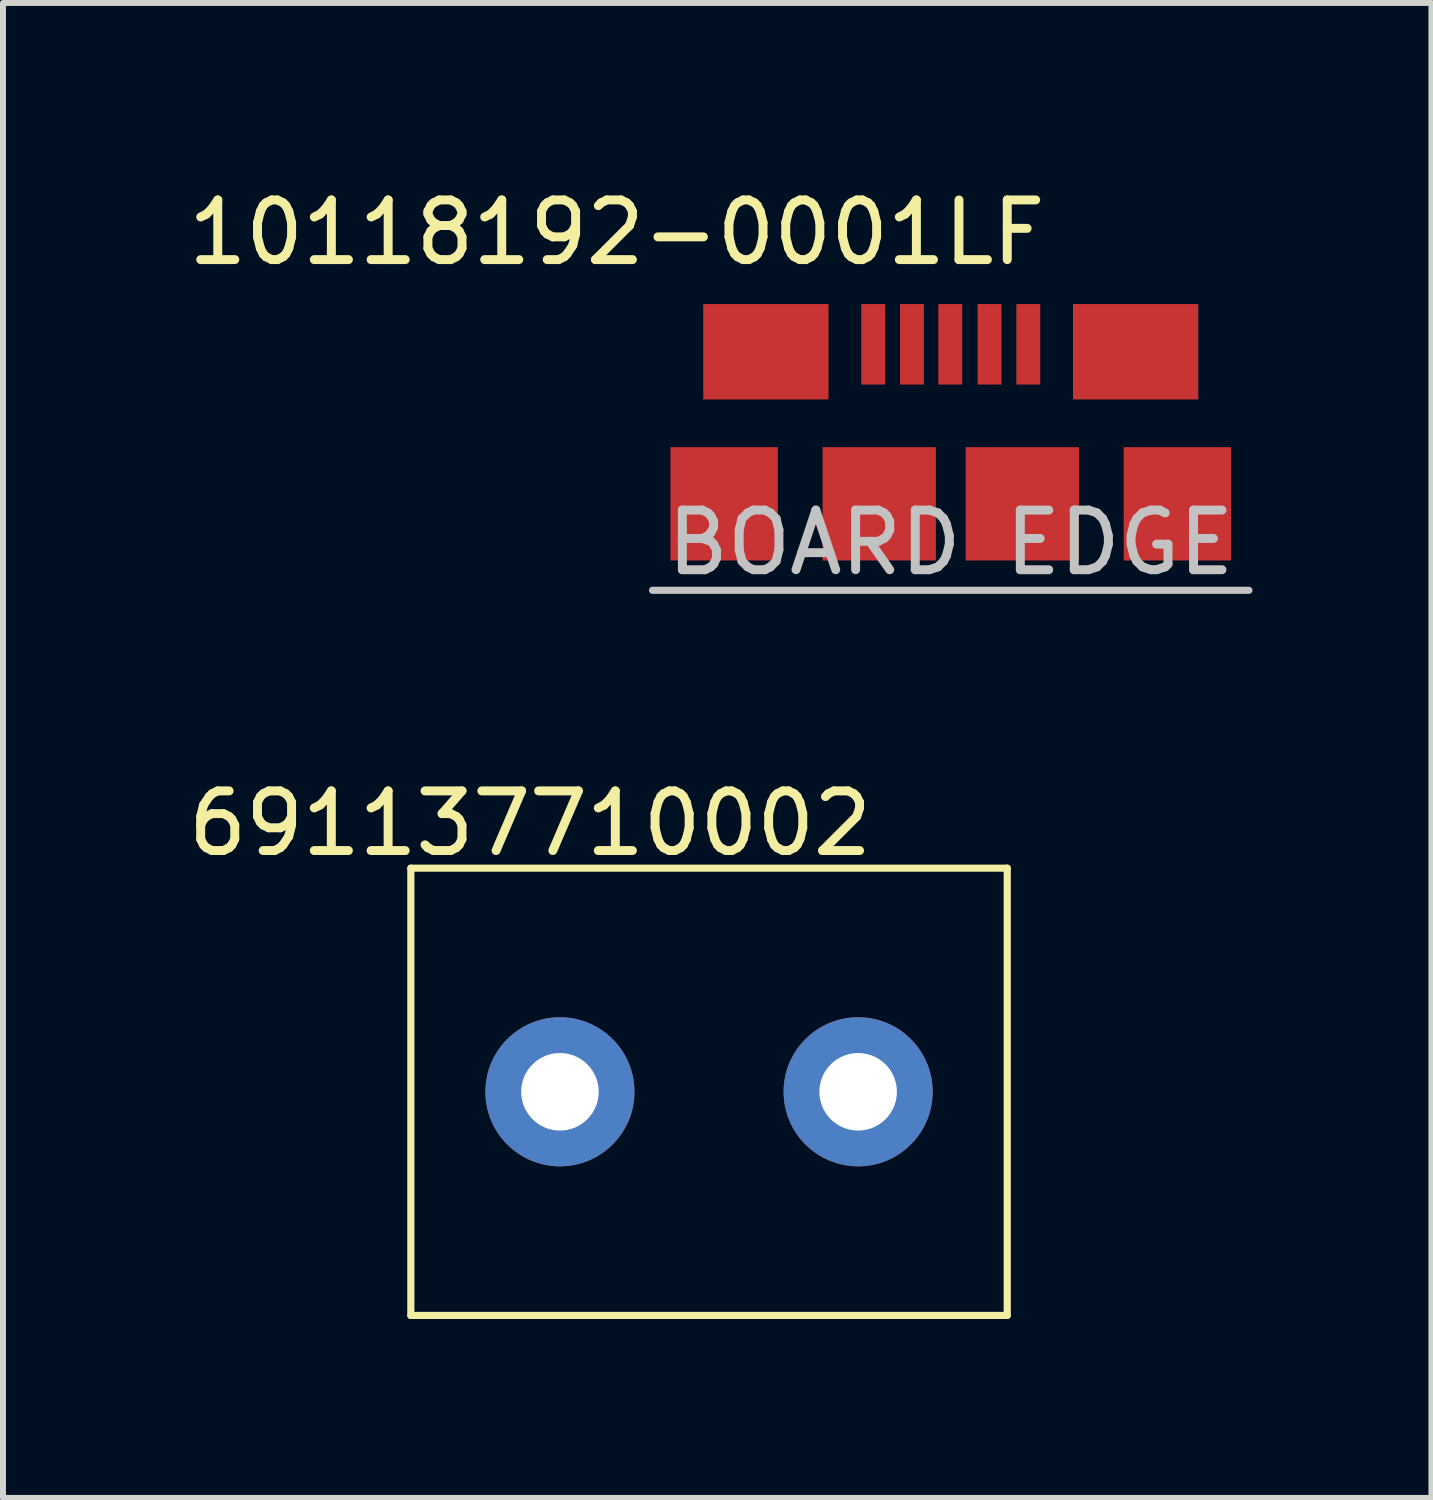
<source format=kicad_pcb>
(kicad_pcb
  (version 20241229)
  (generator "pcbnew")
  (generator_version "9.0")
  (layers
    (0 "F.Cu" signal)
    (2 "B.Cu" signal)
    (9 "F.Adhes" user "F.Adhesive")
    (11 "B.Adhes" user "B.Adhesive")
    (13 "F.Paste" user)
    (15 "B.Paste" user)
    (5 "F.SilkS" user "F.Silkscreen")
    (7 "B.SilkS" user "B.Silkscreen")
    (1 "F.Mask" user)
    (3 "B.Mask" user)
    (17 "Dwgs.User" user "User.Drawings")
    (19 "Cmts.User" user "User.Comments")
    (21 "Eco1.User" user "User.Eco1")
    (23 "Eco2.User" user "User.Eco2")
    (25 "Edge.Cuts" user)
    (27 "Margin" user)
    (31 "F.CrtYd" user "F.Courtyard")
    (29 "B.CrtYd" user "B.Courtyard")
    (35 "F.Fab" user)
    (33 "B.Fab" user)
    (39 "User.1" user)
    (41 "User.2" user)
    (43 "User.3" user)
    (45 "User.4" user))
  (footprint "10118192-0001LF"
    (layer "F.Cu")
    (at 12.892 2.048)
    (property "Reference" "10118192-0001LF" (at -5.6 -1.2 0) (layer "F.SilkS") (effects (font (size 1 1) (thickness 0.15))))
    (attr through_hole)
    (fp_line (start -5 4.8) (end 5 4.8) (stroke (width 0.12) (type solid)) (layer "Dwgs.User"))
    (fp_text user "BOARD EDGE" (at 0 4 0) (layer "Dwgs.User") (effects (font (size 1 1) (thickness 0.15))))
    (pad "1" smd rect (at -1.3 0.675) (size 0.4 1.35) (layers "F.Cu" "F.Mask" "F.Paste"))
    (pad "2" smd rect (at -0.65 0.675) (size 0.4 1.35) (layers "F.Cu" "F.Mask" "F.Paste"))
    (pad "3" smd rect (at -0.008 0.675) (size 0.4 1.35) (layers "F.Cu" "F.Mask" "F.Paste"))
    (pad "4" smd rect (at 0.65 0.675) (size 0.4 1.35) (layers "F.Cu" "F.Mask" "F.Paste"))
    (pad "5" smd rect (at 1.3 0.675) (size 0.4 1.35) (layers "F.Cu" "F.Mask" "F.Paste"))
    (pad "6" smd rect (at -3.8 3.35) (size 1.8 1.9) (layers "F.Cu" "F.Mask" "F.Paste"))
    (pad "6" smd rect (at -3.1 0.8) (size 2.1 1.6) (layers "F.Cu" "F.Mask" "F.Paste"))
    (pad "6" smd rect (at -1.2 3.35) (size 1.9 1.9) (layers "F.Cu" "F.Mask" "F.Paste"))
    (pad "6" smd rect (at 1.2 3.35) (size 1.9 1.9) (layers "F.Cu" "F.Mask" "F.Paste"))
    (pad "6" smd rect (at 3.1 0.8) (size 2.1 1.6) (layers "F.Cu" "F.Mask" "F.Paste"))
    (pad "6" smd rect (at 3.8 3.35 180) (size 1.8 1.9) (layers "F.Cu" "F.Mask" "F.Paste")))
  (footprint "691137710002"
    (layer "F.Cu")
    (at 8.839 15.257)
    (property "Reference" "691137710002" (at -3 -4.5 0) (layer "F.SilkS") (effects (font (size 1 1) (thickness 0.15))))
    (attr through_hole)
    (fp_line (start -5 -3.75) (end -5 3.75) (stroke (width 0.12) (type solid)) (layer "F.SilkS"))
    (fp_line (start -5 3.75) (end 5 3.75) (stroke (width 0.12) (type solid)) (layer "F.SilkS"))
    (fp_line (start 5 -3.75) (end -5 -3.75) (stroke (width 0.12) (type solid)) (layer "F.SilkS"))
    (fp_line (start 5 3.75) (end 5 -3.75) (stroke (width 0.12) (type solid)) (layer "F.SilkS"))
    (pad "1" thru_hole circle (at -2.5 0) (size 2.5 2.5) (drill 1.3) (layers "*.Cu" "*.Mask"))
    (pad "2" thru_hole circle (at 2.5 0) (size 2.5 2.5) (drill 1.3) (layers "*.Cu" "*.Mask")))
  (gr_rect
    (start -3 -3)
    (end 20.952 22.067)
    (stroke (width 0.1) (type default))
    (fill no)
    (layer "Edge.Cuts")))
</source>
